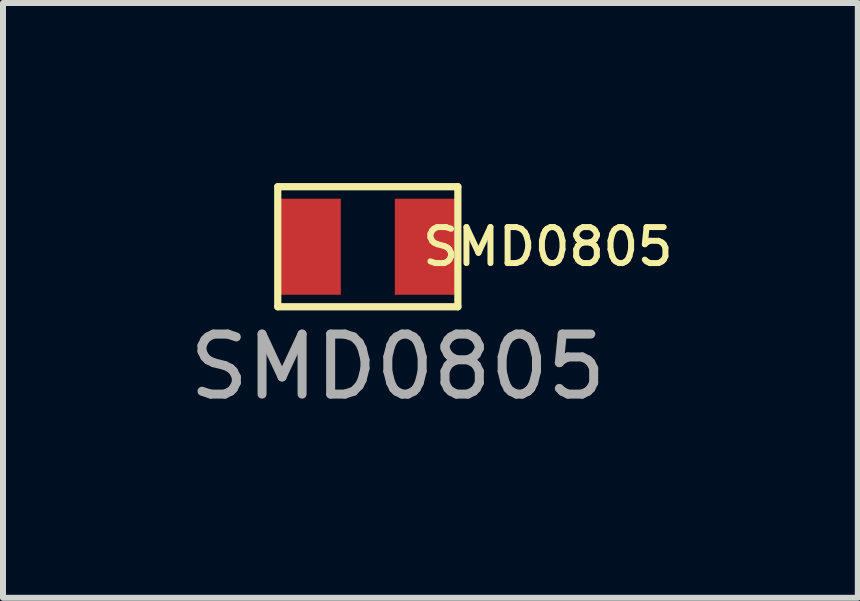
<source format=kicad_pcb>
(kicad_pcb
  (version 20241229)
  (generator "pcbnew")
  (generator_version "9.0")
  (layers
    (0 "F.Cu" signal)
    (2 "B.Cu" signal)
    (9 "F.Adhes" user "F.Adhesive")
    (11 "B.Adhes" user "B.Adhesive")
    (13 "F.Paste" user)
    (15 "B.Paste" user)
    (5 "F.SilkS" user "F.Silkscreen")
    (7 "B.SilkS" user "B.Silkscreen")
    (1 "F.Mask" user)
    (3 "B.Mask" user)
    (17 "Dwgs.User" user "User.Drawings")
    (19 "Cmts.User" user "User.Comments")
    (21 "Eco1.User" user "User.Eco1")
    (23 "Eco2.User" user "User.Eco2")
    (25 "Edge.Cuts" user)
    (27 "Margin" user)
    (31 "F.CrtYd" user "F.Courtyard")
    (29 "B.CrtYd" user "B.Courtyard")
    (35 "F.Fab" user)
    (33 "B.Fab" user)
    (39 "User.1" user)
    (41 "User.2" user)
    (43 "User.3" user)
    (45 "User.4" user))
  (footprint "SMD0805"
    (layer "F.Cu")
    (at 3.077 1.06)
    (property "Reference" "SMD0805" (at 3 0 0) (layer "F.SilkS") (effects (font (size 0.6 0.6) (thickness 0.1))))
    (attr through_hole)
    (fp_line (start -1.5 -1) (end 1.5 -1) (stroke (width 0.12) (type solid)) (layer "F.SilkS"))
    (fp_line (start -1.5 1) (end -1.5 -1) (stroke (width 0.12) (type solid)) (layer "F.SilkS"))
    (fp_line (start 1.5 -1) (end 1.5 1) (stroke (width 0.12) (type solid)) (layer "F.SilkS"))
    (fp_line (start 1.5 1) (end -1.5 1) (stroke (width 0.12) (type solid)) (layer "F.SilkS"))
    (fp_text user "${REFERENCE}" (at 0.5 2 0) (unlocked yes) (layer "F.Fab") (effects (font (size 1 1) (thickness 0.15))))
    (pad "1" smd rect (at -0.95 0) (size 1 1.6) (layers "F.Cu" "F.Mask" "F.Paste"))
    (pad "2" smd rect (at 0.95 0) (size 1 1.6) (layers "F.Cu" "F.Mask" "F.Paste")))
  (gr_rect
    (start -3 -3)
    (end 11.239 6.908)
    (stroke (width 0.1) (type default))
    (fill no)
    (layer "Edge.Cuts")))
</source>
